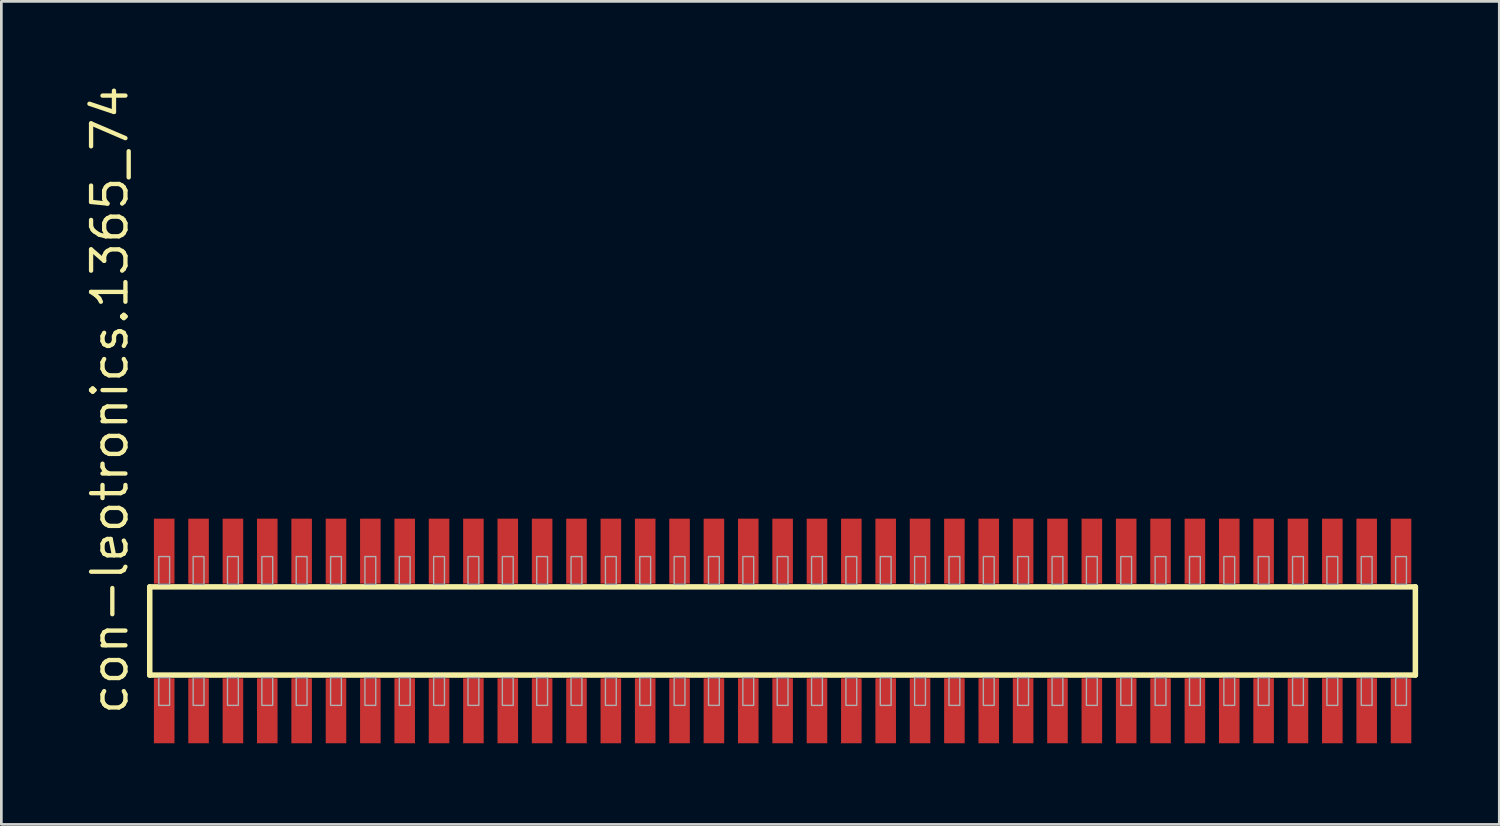
<source format=kicad_pcb>
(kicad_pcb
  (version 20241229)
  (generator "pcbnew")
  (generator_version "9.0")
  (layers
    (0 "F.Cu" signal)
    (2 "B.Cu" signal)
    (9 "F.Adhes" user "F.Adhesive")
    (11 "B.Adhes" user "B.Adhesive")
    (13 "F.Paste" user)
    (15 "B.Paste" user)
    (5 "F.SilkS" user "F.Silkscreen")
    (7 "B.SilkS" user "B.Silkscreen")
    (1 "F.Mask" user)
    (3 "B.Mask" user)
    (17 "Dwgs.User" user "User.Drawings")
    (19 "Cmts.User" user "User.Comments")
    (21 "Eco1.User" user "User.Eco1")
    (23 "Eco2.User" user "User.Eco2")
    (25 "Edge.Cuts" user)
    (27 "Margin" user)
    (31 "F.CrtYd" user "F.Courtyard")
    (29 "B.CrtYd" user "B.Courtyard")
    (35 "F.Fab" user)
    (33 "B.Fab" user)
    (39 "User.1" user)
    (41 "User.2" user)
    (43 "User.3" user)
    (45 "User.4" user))
  (footprint "con-leotronics.1365_74"
    (layer "F.Cu")
    (at 25.88 20.274)
    (property "Reference" "con-leotronics.1365_74" (at -24.13 3.175 90) (layer "F.SilkS") (effects (font (size 1.27 1.27) (thickness 0.16)) (justify left bottom)))
    (attr smd)
    (fp_line (start -23.395 -1.63) (end 23.39 -1.63) (stroke (width 0.203) (type default)) (layer "F.SilkS"))
    (fp_line (start -23.395 1.63) (end -23.395 -1.63) (stroke (width 0.203) (type default)) (layer "F.SilkS"))
    (fp_line (start 23.39 -1.63) (end 23.39 1.63) (stroke (width 0.203) (type default)) (layer "F.SilkS"))
    (fp_line (start 23.39 1.63) (end -23.395 1.63) (stroke (width 0.203) (type default)) (layer "F.SilkS"))
    (fp_rect (start -23.06 -1.725) (end -22.66 -2.75) (stroke (width 0.05) (type default)) (fill no) (layer "F.Fab"))
    (fp_rect (start -23.06 2.75) (end -22.66 1.725) (stroke (width 0.05) (type default)) (fill no) (layer "F.Fab"))
    (fp_rect (start -21.79 -1.725) (end -21.39 -2.75) (stroke (width 0.05) (type default)) (fill no) (layer "F.Fab"))
    (fp_rect (start -21.79 2.75) (end -21.39 1.725) (stroke (width 0.05) (type default)) (fill no) (layer "F.Fab"))
    (fp_rect (start -20.52 -1.725) (end -20.12 -2.75) (stroke (width 0.05) (type default)) (fill no) (layer "F.Fab"))
    (fp_rect (start -20.52 2.75) (end -20.12 1.725) (stroke (width 0.05) (type default)) (fill no) (layer "F.Fab"))
    (fp_rect (start -19.25 -1.725) (end -18.85 -2.75) (stroke (width 0.05) (type default)) (fill no) (layer "F.Fab"))
    (fp_rect (start -19.25 2.75) (end -18.85 1.725) (stroke (width 0.05) (type default)) (fill no) (layer "F.Fab"))
    (fp_rect (start -17.98 -1.725) (end -17.58 -2.75) (stroke (width 0.05) (type default)) (fill no) (layer "F.Fab"))
    (fp_rect (start -17.98 2.75) (end -17.58 1.725) (stroke (width 0.05) (type default)) (fill no) (layer "F.Fab"))
    (fp_rect (start -16.71 -1.725) (end -16.31 -2.75) (stroke (width 0.05) (type default)) (fill no) (layer "F.Fab"))
    (fp_rect (start -16.71 2.75) (end -16.31 1.725) (stroke (width 0.05) (type default)) (fill no) (layer "F.Fab"))
    (fp_rect (start -15.44 -1.725) (end -15.04 -2.75) (stroke (width 0.05) (type default)) (fill no) (layer "F.Fab"))
    (fp_rect (start -15.44 2.75) (end -15.04 1.725) (stroke (width 0.05) (type default)) (fill no) (layer "F.Fab"))
    (fp_rect (start -14.17 -1.725) (end -13.77 -2.75) (stroke (width 0.05) (type default)) (fill no) (layer "F.Fab"))
    (fp_rect (start -14.17 2.75) (end -13.77 1.725) (stroke (width 0.05) (type default)) (fill no) (layer "F.Fab"))
    (fp_rect (start -12.9 -1.725) (end -12.5 -2.75) (stroke (width 0.05) (type default)) (fill no) (layer "F.Fab"))
    (fp_rect (start -12.9 2.75) (end -12.5 1.725) (stroke (width 0.05) (type default)) (fill no) (layer "F.Fab"))
    (fp_rect (start -11.63 -1.725) (end -11.23 -2.75) (stroke (width 0.05) (type default)) (fill no) (layer "F.Fab"))
    (fp_rect (start -11.63 2.75) (end -11.23 1.725) (stroke (width 0.05) (type default)) (fill no) (layer "F.Fab"))
    (fp_rect (start -10.36 -1.725) (end -9.96 -2.75) (stroke (width 0.05) (type default)) (fill no) (layer "F.Fab"))
    (fp_rect (start -10.36 2.75) (end -9.96 1.725) (stroke (width 0.05) (type default)) (fill no) (layer "F.Fab"))
    (fp_rect (start -9.09 -1.725) (end -8.69 -2.75) (stroke (width 0.05) (type default)) (fill no) (layer "F.Fab"))
    (fp_rect (start -9.09 2.75) (end -8.69 1.725) (stroke (width 0.05) (type default)) (fill no) (layer "F.Fab"))
    (fp_rect (start -7.82 -1.725) (end -7.42 -2.75) (stroke (width 0.05) (type default)) (fill no) (layer "F.Fab"))
    (fp_rect (start -7.82 2.75) (end -7.42 1.725) (stroke (width 0.05) (type default)) (fill no) (layer "F.Fab"))
    (fp_rect (start -6.55 -1.725) (end -6.15 -2.75) (stroke (width 0.05) (type default)) (fill no) (layer "F.Fab"))
    (fp_rect (start -6.55 2.75) (end -6.15 1.725) (stroke (width 0.05) (type default)) (fill no) (layer "F.Fab"))
    (fp_rect (start -5.28 -1.725) (end -4.88 -2.75) (stroke (width 0.05) (type default)) (fill no) (layer "F.Fab"))
    (fp_rect (start -5.28 2.75) (end -4.88 1.725) (stroke (width 0.05) (type default)) (fill no) (layer "F.Fab"))
    (fp_rect (start -4.01 -1.725) (end -3.61 -2.75) (stroke (width 0.05) (type default)) (fill no) (layer "F.Fab"))
    (fp_rect (start -4.01 2.75) (end -3.61 1.725) (stroke (width 0.05) (type default)) (fill no) (layer "F.Fab"))
    (fp_rect (start -2.74 -1.725) (end -2.34 -2.75) (stroke (width 0.05) (type default)) (fill no) (layer "F.Fab"))
    (fp_rect (start -2.74 2.75) (end -2.34 1.725) (stroke (width 0.05) (type default)) (fill no) (layer "F.Fab"))
    (fp_rect (start -1.47 -1.725) (end -1.07 -2.75) (stroke (width 0.05) (type default)) (fill no) (layer "F.Fab"))
    (fp_rect (start -1.47 2.75) (end -1.07 1.725) (stroke (width 0.05) (type default)) (fill no) (layer "F.Fab"))
    (fp_rect (start -0.2 -1.725) (end 0.2 -2.75) (stroke (width 0.05) (type default)) (fill no) (layer "F.Fab"))
    (fp_rect (start -0.2 2.75) (end 0.2 1.725) (stroke (width 0.05) (type default)) (fill no) (layer "F.Fab"))
    (fp_rect (start 1.07 -1.725) (end 1.47 -2.75) (stroke (width 0.05) (type default)) (fill no) (layer "F.Fab"))
    (fp_rect (start 1.07 2.75) (end 1.47 1.725) (stroke (width 0.05) (type default)) (fill no) (layer "F.Fab"))
    (fp_rect (start 2.34 -1.725) (end 2.74 -2.75) (stroke (width 0.05) (type default)) (fill no) (layer "F.Fab"))
    (fp_rect (start 2.34 2.75) (end 2.74 1.725) (stroke (width 0.05) (type default)) (fill no) (layer "F.Fab"))
    (fp_rect (start 3.61 -1.725) (end 4.01 -2.75) (stroke (width 0.05) (type default)) (fill no) (layer "F.Fab"))
    (fp_rect (start 3.61 2.75) (end 4.01 1.725) (stroke (width 0.05) (type default)) (fill no) (layer "F.Fab"))
    (fp_rect (start 4.88 -1.725) (end 5.28 -2.75) (stroke (width 0.05) (type default)) (fill no) (layer "F.Fab"))
    (fp_rect (start 4.88 2.75) (end 5.28 1.725) (stroke (width 0.05) (type default)) (fill no) (layer "F.Fab"))
    (fp_rect (start 6.15 -1.725) (end 6.55 -2.75) (stroke (width 0.05) (type default)) (fill no) (layer "F.Fab"))
    (fp_rect (start 6.15 2.75) (end 6.55 1.725) (stroke (width 0.05) (type default)) (fill no) (layer "F.Fab"))
    (fp_rect (start 7.42 -1.725) (end 7.82 -2.75) (stroke (width 0.05) (type default)) (fill no) (layer "F.Fab"))
    (fp_rect (start 7.42 2.75) (end 7.82 1.725) (stroke (width 0.05) (type default)) (fill no) (layer "F.Fab"))
    (fp_rect (start 8.69 -1.725) (end 9.09 -2.75) (stroke (width 0.05) (type default)) (fill no) (layer "F.Fab"))
    (fp_rect (start 8.69 2.75) (end 9.09 1.725) (stroke (width 0.05) (type default)) (fill no) (layer "F.Fab"))
    (fp_rect (start 9.96 -1.725) (end 10.36 -2.75) (stroke (width 0.05) (type default)) (fill no) (layer "F.Fab"))
    (fp_rect (start 9.96 2.75) (end 10.36 1.725) (stroke (width 0.05) (type default)) (fill no) (layer "F.Fab"))
    (fp_rect (start 11.23 -1.725) (end 11.63 -2.75) (stroke (width 0.05) (type default)) (fill no) (layer "F.Fab"))
    (fp_rect (start 11.23 2.75) (end 11.63 1.725) (stroke (width 0.05) (type default)) (fill no) (layer "F.Fab"))
    (fp_rect (start 12.5 -1.725) (end 12.9 -2.75) (stroke (width 0.05) (type default)) (fill no) (layer "F.Fab"))
    (fp_rect (start 12.5 2.75) (end 12.9 1.725) (stroke (width 0.05) (type default)) (fill no) (layer "F.Fab"))
    (fp_rect (start 13.77 -1.725) (end 14.17 -2.75) (stroke (width 0.05) (type default)) (fill no) (layer "F.Fab"))
    (fp_rect (start 13.77 2.75) (end 14.17 1.725) (stroke (width 0.05) (type default)) (fill no) (layer "F.Fab"))
    (fp_rect (start 15.04 -1.725) (end 15.44 -2.75) (stroke (width 0.05) (type default)) (fill no) (layer "F.Fab"))
    (fp_rect (start 15.04 2.75) (end 15.44 1.725) (stroke (width 0.05) (type default)) (fill no) (layer "F.Fab"))
    (fp_rect (start 16.31 -1.725) (end 16.71 -2.75) (stroke (width 0.05) (type default)) (fill no) (layer "F.Fab"))
    (fp_rect (start 16.31 2.75) (end 16.71 1.725) (stroke (width 0.05) (type default)) (fill no) (layer "F.Fab"))
    (fp_rect (start 17.58 -1.725) (end 17.98 -2.75) (stroke (width 0.05) (type default)) (fill no) (layer "F.Fab"))
    (fp_rect (start 17.58 2.75) (end 17.98 1.725) (stroke (width 0.05) (type default)) (fill no) (layer "F.Fab"))
    (fp_rect (start 18.85 -1.725) (end 19.25 -2.75) (stroke (width 0.05) (type default)) (fill no) (layer "F.Fab"))
    (fp_rect (start 18.85 2.75) (end 19.25 1.725) (stroke (width 0.05) (type default)) (fill no) (layer "F.Fab"))
    (fp_rect (start 20.12 -1.725) (end 20.52 -2.75) (stroke (width 0.05) (type default)) (fill no) (layer "F.Fab"))
    (fp_rect (start 20.12 2.75) (end 20.52 1.725) (stroke (width 0.05) (type default)) (fill no) (layer "F.Fab"))
    (fp_rect (start 21.39 -1.725) (end 21.79 -2.75) (stroke (width 0.05) (type default)) (fill no) (layer "F.Fab"))
    (fp_rect (start 21.39 2.75) (end 21.79 1.725) (stroke (width 0.05) (type default)) (fill no) (layer "F.Fab"))
    (fp_rect (start 22.66 -1.725) (end 23.06 -2.75) (stroke (width 0.05) (type default)) (fill no) (layer "F.Fab"))
    (fp_rect (start 22.66 2.75) (end 23.06 1.725) (stroke (width 0.05) (type default)) (fill no) (layer "F.Fab"))
    (pad "1" smd roundrect (at -22.86 2.95) (size 0.76 2.4) (layers "F.Cu" "F.Mask" "F.Paste") (roundrect_rratio 0.01))
    (pad "2" smd roundrect (at -22.86 -2.95) (size 0.76 2.4) (layers "F.Cu" "F.Mask" "F.Paste") (roundrect_rratio 0.01))
    (pad "3" smd roundrect (at -21.59 2.95) (size 0.76 2.4) (layers "F.Cu" "F.Mask" "F.Paste") (roundrect_rratio 0.01))
    (pad "4" smd roundrect (at -21.59 -2.95) (size 0.76 2.4) (layers "F.Cu" "F.Mask" "F.Paste") (roundrect_rratio 0.01))
    (pad "5" smd roundrect (at -20.32 2.95) (size 0.76 2.4) (layers "F.Cu" "F.Mask" "F.Paste") (roundrect_rratio 0.01))
    (pad "6" smd roundrect (at -20.32 -2.95) (size 0.76 2.4) (layers "F.Cu" "F.Mask" "F.Paste") (roundrect_rratio 0.01))
    (pad "7" smd roundrect (at -19.05 2.95) (size 0.76 2.4) (layers "F.Cu" "F.Mask" "F.Paste") (roundrect_rratio 0.01))
    (pad "8" smd roundrect (at -19.05 -2.95) (size 0.76 2.4) (layers "F.Cu" "F.Mask" "F.Paste") (roundrect_rratio 0.01))
    (pad "9" smd roundrect (at -17.78 2.95) (size 0.76 2.4) (layers "F.Cu" "F.Mask" "F.Paste") (roundrect_rratio 0.01))
    (pad "10" smd roundrect (at -17.78 -2.95) (size 0.76 2.4) (layers "F.Cu" "F.Mask" "F.Paste") (roundrect_rratio 0.01))
    (pad "11" smd roundrect (at -16.51 2.95) (size 0.76 2.4) (layers "F.Cu" "F.Mask" "F.Paste") (roundrect_rratio 0.01))
    (pad "12" smd roundrect (at -16.51 -2.95) (size 0.76 2.4) (layers "F.Cu" "F.Mask" "F.Paste") (roundrect_rratio 0.01))
    (pad "13" smd roundrect (at -15.24 2.95) (size 0.76 2.4) (layers "F.Cu" "F.Mask" "F.Paste") (roundrect_rratio 0.01))
    (pad "14" smd roundrect (at -15.24 -2.95) (size 0.76 2.4) (layers "F.Cu" "F.Mask" "F.Paste") (roundrect_rratio 0.01))
    (pad "15" smd roundrect (at -13.97 2.95) (size 0.76 2.4) (layers "F.Cu" "F.Mask" "F.Paste") (roundrect_rratio 0.01))
    (pad "16" smd roundrect (at -13.97 -2.95) (size 0.76 2.4) (layers "F.Cu" "F.Mask" "F.Paste") (roundrect_rratio 0.01))
    (pad "17" smd roundrect (at -12.7 2.95) (size 0.76 2.4) (layers "F.Cu" "F.Mask" "F.Paste") (roundrect_rratio 0.01))
    (pad "18" smd roundrect (at -12.7 -2.95) (size 0.76 2.4) (layers "F.Cu" "F.Mask" "F.Paste") (roundrect_rratio 0.01))
    (pad "19" smd roundrect (at -11.43 2.95) (size 0.76 2.4) (layers "F.Cu" "F.Mask" "F.Paste") (roundrect_rratio 0.01))
    (pad "20" smd roundrect (at -11.43 -2.95) (size 0.76 2.4) (layers "F.Cu" "F.Mask" "F.Paste") (roundrect_rratio 0.01))
    (pad "21" smd roundrect (at -10.16 2.95) (size 0.76 2.4) (layers "F.Cu" "F.Mask" "F.Paste") (roundrect_rratio 0.01))
    (pad "22" smd roundrect (at -10.16 -2.95) (size 0.76 2.4) (layers "F.Cu" "F.Mask" "F.Paste") (roundrect_rratio 0.01))
    (pad "23" smd roundrect (at -8.89 2.95) (size 0.76 2.4) (layers "F.Cu" "F.Mask" "F.Paste") (roundrect_rratio 0.01))
    (pad "24" smd roundrect (at -8.89 -2.95) (size 0.76 2.4) (layers "F.Cu" "F.Mask" "F.Paste") (roundrect_rratio 0.01))
    (pad "25" smd roundrect (at -7.62 2.95) (size 0.76 2.4) (layers "F.Cu" "F.Mask" "F.Paste") (roundrect_rratio 0.01))
    (pad "26" smd roundrect (at -7.62 -2.95) (size 0.76 2.4) (layers "F.Cu" "F.Mask" "F.Paste") (roundrect_rratio 0.01))
    (pad "27" smd roundrect (at -6.35 2.95) (size 0.76 2.4) (layers "F.Cu" "F.Mask" "F.Paste") (roundrect_rratio 0.01))
    (pad "28" smd roundrect (at -6.35 -2.95) (size 0.76 2.4) (layers "F.Cu" "F.Mask" "F.Paste") (roundrect_rratio 0.01))
    (pad "29" smd roundrect (at -5.08 2.95) (size 0.76 2.4) (layers "F.Cu" "F.Mask" "F.Paste") (roundrect_rratio 0.01))
    (pad "30" smd roundrect (at -5.08 -2.95) (size 0.76 2.4) (layers "F.Cu" "F.Mask" "F.Paste") (roundrect_rratio 0.01))
    (pad "31" smd roundrect (at -3.81 2.95) (size 0.76 2.4) (layers "F.Cu" "F.Mask" "F.Paste") (roundrect_rratio 0.01))
    (pad "32" smd roundrect (at -3.81 -2.95) (size 0.76 2.4) (layers "F.Cu" "F.Mask" "F.Paste") (roundrect_rratio 0.01))
    (pad "33" smd roundrect (at -2.54 2.95) (size 0.76 2.4) (layers "F.Cu" "F.Mask" "F.Paste") (roundrect_rratio 0.01))
    (pad "34" smd roundrect (at -2.54 -2.95) (size 0.76 2.4) (layers "F.Cu" "F.Mask" "F.Paste") (roundrect_rratio 0.01))
    (pad "35" smd roundrect (at -1.27 2.95) (size 0.76 2.4) (layers "F.Cu" "F.Mask" "F.Paste") (roundrect_rratio 0.01))
    (pad "36" smd roundrect (at -1.27 -2.95) (size 0.76 2.4) (layers "F.Cu" "F.Mask" "F.Paste") (roundrect_rratio 0.01))
    (pad "37" smd roundrect (at 0 2.95) (size 0.76 2.4) (layers "F.Cu" "F.Mask" "F.Paste") (roundrect_rratio 0.01))
    (pad "38" smd roundrect (at 0 -2.95) (size 0.76 2.4) (layers "F.Cu" "F.Mask" "F.Paste") (roundrect_rratio 0.01))
    (pad "39" smd roundrect (at 1.27 2.95) (size 0.76 2.4) (layers "F.Cu" "F.Mask" "F.Paste") (roundrect_rratio 0.01))
    (pad "40" smd roundrect (at 1.27 -2.95) (size 0.76 2.4) (layers "F.Cu" "F.Mask" "F.Paste") (roundrect_rratio 0.01))
    (pad "41" smd roundrect (at 2.54 2.95) (size 0.76 2.4) (layers "F.Cu" "F.Mask" "F.Paste") (roundrect_rratio 0.01))
    (pad "42" smd roundrect (at 2.54 -2.95) (size 0.76 2.4) (layers "F.Cu" "F.Mask" "F.Paste") (roundrect_rratio 0.01))
    (pad "43" smd roundrect (at 3.81 2.95) (size 0.76 2.4) (layers "F.Cu" "F.Mask" "F.Paste") (roundrect_rratio 0.01))
    (pad "44" smd roundrect (at 3.81 -2.95) (size 0.76 2.4) (layers "F.Cu" "F.Mask" "F.Paste") (roundrect_rratio 0.01))
    (pad "45" smd roundrect (at 5.08 2.95) (size 0.76 2.4) (layers "F.Cu" "F.Mask" "F.Paste") (roundrect_rratio 0.01))
    (pad "46" smd roundrect (at 5.08 -2.95) (size 0.76 2.4) (layers "F.Cu" "F.Mask" "F.Paste") (roundrect_rratio 0.01))
    (pad "47" smd roundrect (at 6.35 2.95) (size 0.76 2.4) (layers "F.Cu" "F.Mask" "F.Paste") (roundrect_rratio 0.01))
    (pad "48" smd roundrect (at 6.35 -2.95) (size 0.76 2.4) (layers "F.Cu" "F.Mask" "F.Paste") (roundrect_rratio 0.01))
    (pad "49" smd roundrect (at 7.62 2.95) (size 0.76 2.4) (layers "F.Cu" "F.Mask" "F.Paste") (roundrect_rratio 0.01))
    (pad "50" smd roundrect (at 7.62 -2.95) (size 0.76 2.4) (layers "F.Cu" "F.Mask" "F.Paste") (roundrect_rratio 0.01))
    (pad "51" smd roundrect (at 8.89 2.95) (size 0.76 2.4) (layers "F.Cu" "F.Mask" "F.Paste") (roundrect_rratio 0.01))
    (pad "52" smd roundrect (at 8.89 -2.95) (size 0.76 2.4) (layers "F.Cu" "F.Mask" "F.Paste") (roundrect_rratio 0.01))
    (pad "53" smd roundrect (at 10.16 2.95) (size 0.76 2.4) (layers "F.Cu" "F.Mask" "F.Paste") (roundrect_rratio 0.01))
    (pad "54" smd roundrect (at 10.16 -2.95) (size 0.76 2.4) (layers "F.Cu" "F.Mask" "F.Paste") (roundrect_rratio 0.01))
    (pad "55" smd roundrect (at 11.43 2.95) (size 0.76 2.4) (layers "F.Cu" "F.Mask" "F.Paste") (roundrect_rratio 0.01))
    (pad "56" smd roundrect (at 11.43 -2.95) (size 0.76 2.4) (layers "F.Cu" "F.Mask" "F.Paste") (roundrect_rratio 0.01))
    (pad "57" smd roundrect (at 12.7 2.95) (size 0.76 2.4) (layers "F.Cu" "F.Mask" "F.Paste") (roundrect_rratio 0.01))
    (pad "58" smd roundrect (at 12.7 -2.95) (size 0.76 2.4) (layers "F.Cu" "F.Mask" "F.Paste") (roundrect_rratio 0.01))
    (pad "59" smd roundrect (at 13.97 2.95) (size 0.76 2.4) (layers "F.Cu" "F.Mask" "F.Paste") (roundrect_rratio 0.01))
    (pad "60" smd roundrect (at 13.97 -2.95) (size 0.76 2.4) (layers "F.Cu" "F.Mask" "F.Paste") (roundrect_rratio 0.01))
    (pad "61" smd roundrect (at 15.24 2.95) (size 0.76 2.4) (layers "F.Cu" "F.Mask" "F.Paste") (roundrect_rratio 0.01))
    (pad "62" smd roundrect (at 15.24 -2.95) (size 0.76 2.4) (layers "F.Cu" "F.Mask" "F.Paste") (roundrect_rratio 0.01))
    (pad "63" smd roundrect (at 16.51 2.95) (size 0.76 2.4) (layers "F.Cu" "F.Mask" "F.Paste") (roundrect_rratio 0.01))
    (pad "64" smd roundrect (at 16.51 -2.95) (size 0.76 2.4) (layers "F.Cu" "F.Mask" "F.Paste") (roundrect_rratio 0.01))
    (pad "65" smd roundrect (at 17.78 2.95) (size 0.76 2.4) (layers "F.Cu" "F.Mask" "F.Paste") (roundrect_rratio 0.01))
    (pad "66" smd roundrect (at 17.78 -2.95) (size 0.76 2.4) (layers "F.Cu" "F.Mask" "F.Paste") (roundrect_rratio 0.01))
    (pad "67" smd roundrect (at 19.05 2.95) (size 0.76 2.4) (layers "F.Cu" "F.Mask" "F.Paste") (roundrect_rratio 0.01))
    (pad "68" smd roundrect (at 19.05 -2.95) (size 0.76 2.4) (layers "F.Cu" "F.Mask" "F.Paste") (roundrect_rratio 0.01))
    (pad "69" smd roundrect (at 20.32 2.95) (size 0.76 2.4) (layers "F.Cu" "F.Mask" "F.Paste") (roundrect_rratio 0.01))
    (pad "70" smd roundrect (at 20.32 -2.95) (size 0.76 2.4) (layers "F.Cu" "F.Mask" "F.Paste") (roundrect_rratio 0.01))
    (pad "71" smd roundrect (at 21.59 2.95) (size 0.76 2.4) (layers "F.Cu" "F.Mask" "F.Paste") (roundrect_rratio 0.01))
    (pad "72" smd roundrect (at 21.59 -2.95) (size 0.76 2.4) (layers "F.Cu" "F.Mask" "F.Paste") (roundrect_rratio 0.01))
    (pad "73" smd roundrect (at 22.86 2.95) (size 0.76 2.4) (layers "F.Cu" "F.Mask" "F.Paste") (roundrect_rratio 0.01))
    (pad "74" smd roundrect (at 22.86 -2.95) (size 0.76 2.4) (layers "F.Cu" "F.Mask" "F.Paste") (roundrect_rratio 0.01)))
  (gr_rect
    (start -3 -3)
    (end 52.372 27.424)
    (stroke (width 0.1) (type default))
    (fill no)
    (layer "Edge.Cuts")))
</source>
